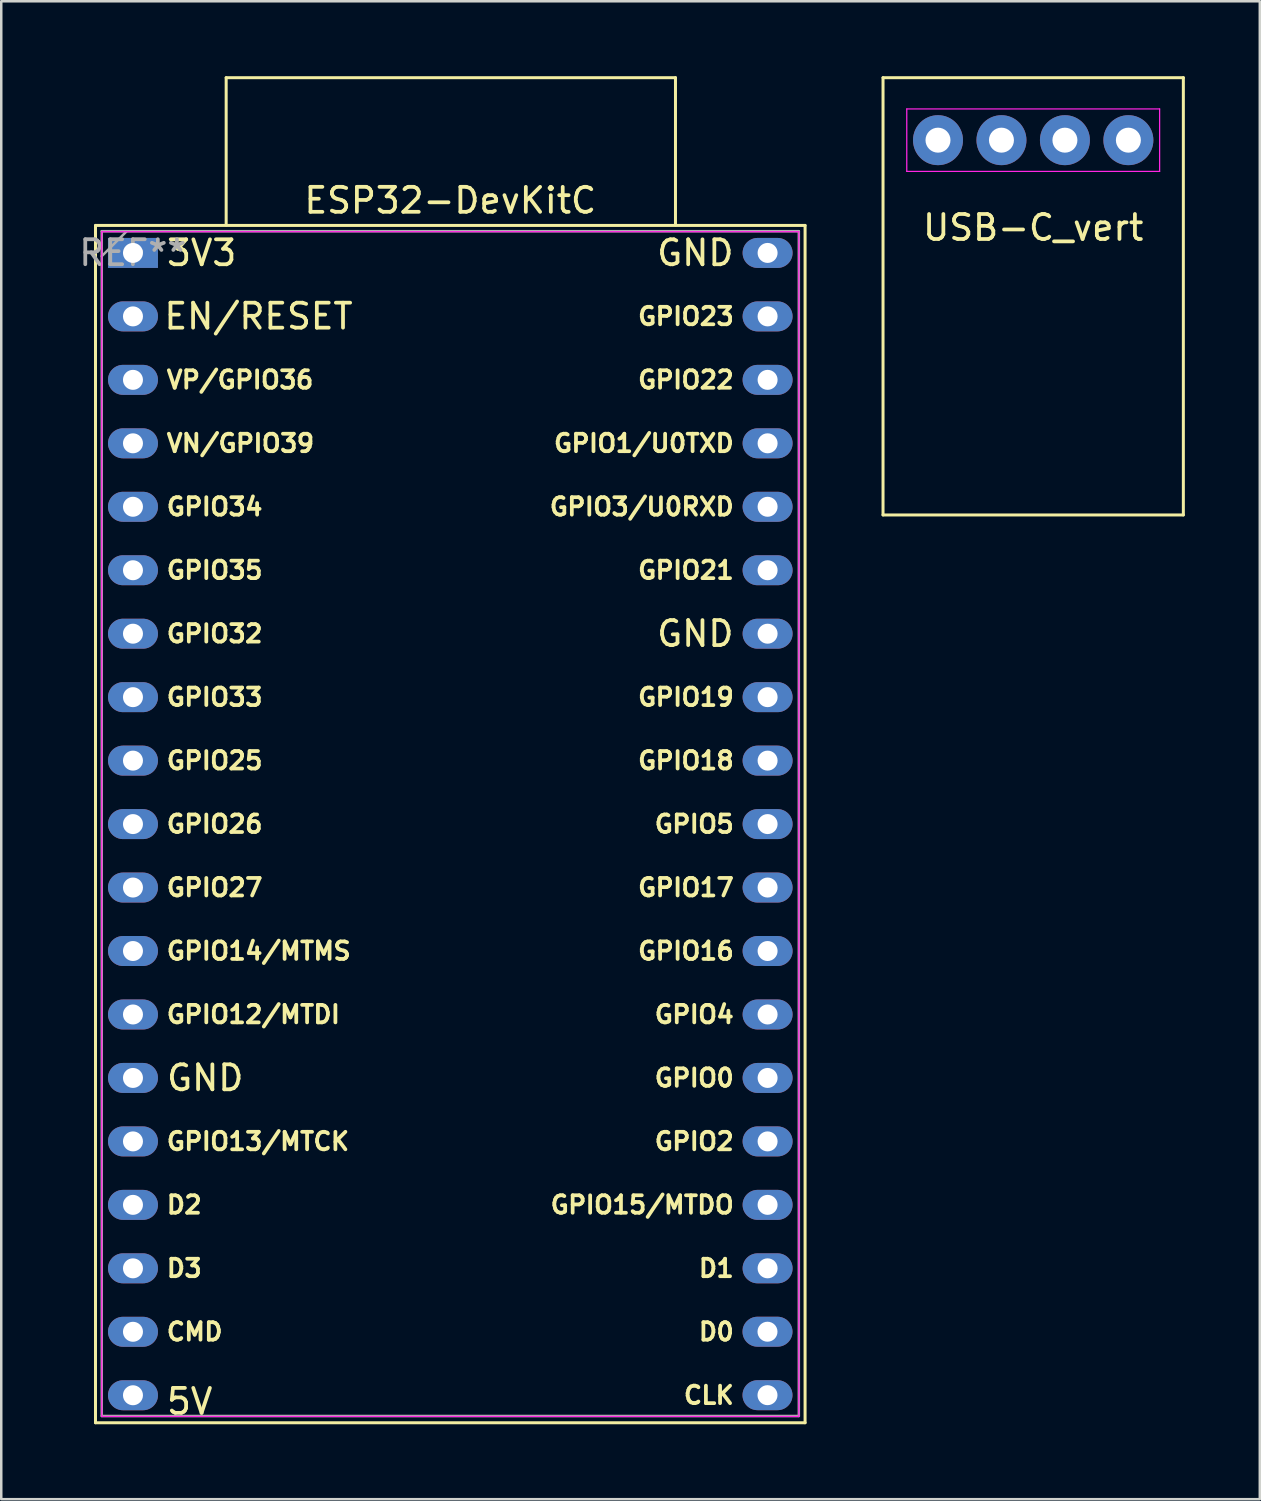
<source format=kicad_pcb>
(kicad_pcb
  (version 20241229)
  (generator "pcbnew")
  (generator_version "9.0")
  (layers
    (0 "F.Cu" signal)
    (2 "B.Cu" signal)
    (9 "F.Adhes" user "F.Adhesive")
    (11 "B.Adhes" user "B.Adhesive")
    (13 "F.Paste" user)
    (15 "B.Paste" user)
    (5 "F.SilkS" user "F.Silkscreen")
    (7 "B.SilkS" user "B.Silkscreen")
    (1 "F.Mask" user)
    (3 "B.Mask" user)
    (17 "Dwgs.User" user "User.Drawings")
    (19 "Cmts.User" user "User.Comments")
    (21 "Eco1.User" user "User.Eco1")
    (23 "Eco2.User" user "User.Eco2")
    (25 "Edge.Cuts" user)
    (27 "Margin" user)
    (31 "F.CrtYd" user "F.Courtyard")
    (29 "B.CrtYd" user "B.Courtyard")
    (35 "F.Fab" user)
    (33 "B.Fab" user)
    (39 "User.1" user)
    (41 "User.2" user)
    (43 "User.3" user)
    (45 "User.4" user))
  (footprint "USB-C_vert"
    (layer "F.Cu")
    (at 38.302 2.56)
    (property "Reference" "USB-C_vert" (at 0 3.5 0) (layer "F.SilkS") (effects (font (size 1 1) (thickness 0.15))))
    (attr through_hole)
    (fp_line (start -6.01 -2.5) (end -6.01 15) (stroke (width 0.12) (type default)) (layer "F.SilkS"))
    (fp_line (start -6.01 15) (end 6.01 15) (stroke (width 0.12) (type default)) (layer "F.SilkS"))
    (fp_line (start 6.01 -2.5) (end -6.01 -2.5) (stroke (width 0.12) (type default)) (layer "F.SilkS"))
    (fp_line (start 6.01 15) (end 6.01 -2.5) (stroke (width 0.12) (type default)) (layer "F.SilkS"))
    (fp_line (start -5.06 -1.25) (end 5.06 -1.25) (stroke (width 0.05) (type default)) (layer "F.CrtYd"))
    (fp_line (start -5.06 1.25) (end -5.06 -1.25) (stroke (width 0.05) (type default)) (layer "F.CrtYd"))
    (fp_line (start 5.06 -1.25) (end 5.06 1.25) (stroke (width 0.05) (type default)) (layer "F.CrtYd"))
    (fp_line (start 5.06 1.25) (end -5.06 1.25) (stroke (width 0.05) (type default)) (layer "F.CrtYd"))
    (pad "1" thru_hole circle (at -3.81 0) (size 2 2) (drill 1) (layers "*.Cu" "*.Mask"))
    (pad "2" thru_hole circle (at -1.27 0) (size 2 2) (drill 1) (layers "*.Cu" "*.Mask"))
    (pad "3" thru_hole circle (at 1.27 0) (size 2 2) (drill 1) (layers "*.Cu" "*.Mask"))
    (pad "4" thru_hole circle (at 3.81 0) (size 2 2) (drill 1) (layers "*.Cu" "*.Mask")))
  (footprint "ESP32-DevKitC"
    (layer "F.Cu")
    (at 2.272 7.073)
    (property "Reference" "ESP32-DevKitC" (at 12.7 -2.1 0) (layer "F.SilkS") (effects (font (size 1 1) (thickness 0.15))))
    (attr through_hole)
    (fp_line (start -1.5 46.82) (end 26.9 46.82) (stroke (width 0.12) (type solid)) (layer "F.SilkS"))
    (fp_line (start -1.5 -1.1) (end -1.5 46.82) (stroke (width 0.12) (type solid)) (layer "F.SilkS"))
    (fp_line (start 3.73 -7.013) (end 21.713 -7.013) (stroke (width 0.12) (type solid)) (layer "F.SilkS"))
    (fp_line (start 3.73 -1.12) (end 3.73 -7.013) (stroke (width 0.12) (type solid)) (layer "F.SilkS"))
    (fp_line (start 21.713 -7.013) (end 21.713 -1.12) (stroke (width 0.12) (type solid)) (layer "F.SilkS"))
    (fp_line (start 26.9 46.82) (end 26.9 -1.1) (stroke (width 0.12) (type solid)) (layer "F.SilkS"))
    (fp_line (start 26.9 -1.1) (end -1.5 -1.1) (stroke (width 0.12) (type solid)) (layer "F.SilkS"))
    (fp_line (start -1.25 -0.85) (end 26.65 -0.85) (stroke (width 0.05) (type solid)) (layer "F.CrtYd"))
    (fp_line (start -1.25 46.57) (end -1.25 -0.85) (stroke (width 0.05) (type solid)) (layer "F.CrtYd"))
    (fp_line (start 26.65 -0.85) (end 26.65 46.57) (stroke (width 0.05) (type solid)) (layer "F.CrtYd"))
    (fp_line (start 26.65 46.57) (end -1.25 46.57) (stroke (width 0.05) (type solid)) (layer "F.CrtYd"))
    (fp_line (start -1.25 -0.87) (end 26.65 -0.87) (stroke (width 0.1) (type solid)) (layer "F.Fab"))
    (fp_line (start -1.25 46.55) (end -1.25 -0.87) (stroke (width 0.1) (type solid)) (layer "F.Fab"))
    (fp_line (start -0.25 -0.87) (end -1.25 0.13) (stroke (width 0.1) (type solid)) (layer "F.Fab"))
    (fp_line (start 26.65 -0.87) (end 26.65 46.55) (stroke (width 0.1) (type solid)) (layer "F.Fab"))
    (fp_line (start 26.65 46.55) (end -1.25 46.55) (stroke (width 0.1) (type solid)) (layer "F.Fab"))
    (fp_text user "GPIO19" (at 24.13 17.78 0) (unlocked yes) (layer "F.SilkS") (effects (font (size 0.7 0.7) (thickness 0.15)) (justify right)))
    (fp_text user "D1" (at 24.13 40.64 0) (unlocked yes) (layer "F.SilkS") (effects (font (size 0.7 0.7) (thickness 0.15)) (justify right)))
    (fp_text user "GPIO3/U0RXD" (at 24.13 10.16 0) (unlocked yes) (layer "F.SilkS") (effects (font (size 0.7 0.7) (thickness 0.15)) (justify right)))
    (fp_text user "GPIO34" (at 1.27 10.16 0) (unlocked yes) (layer "F.SilkS") (effects (font (size 0.7 0.7) (thickness 0.15)) (justify left)))
    (fp_text user "GPIO5" (at 24.13 22.86 0) (unlocked yes) (layer "F.SilkS") (effects (font (size 0.7 0.7) (thickness 0.15)) (justify right)))
    (fp_text user "GND" (at 24.13 0 0) (unlocked yes) (layer "F.SilkS") (effects (font (size 1 1) (thickness 0.15)) (justify right)))
    (fp_text user "3V3" (at 1.27 0 0) (unlocked yes) (layer "F.SilkS") (effects (font (size 1 1) (thickness 0.15)) (justify left)))
    (fp_text user "EN/RESET" (at 8.886 2.537 0) (unlocked yes) (layer "F.SilkS") (effects (font (size 1 1) (thickness 0.15)) (justify right)))
    (fp_text user "GPIO0" (at 24.13 33.02 0) (unlocked yes) (layer "F.SilkS") (effects (font (size 0.7 0.7) (thickness 0.15)) (justify right)))
    (fp_text user "GPIO15/MTDO" (at 24.13 38.1 0) (unlocked yes) (layer "F.SilkS") (effects (font (size 0.7 0.7) (thickness 0.15)) (justify right)))
    (fp_text user "GPIO13/MTCK" (at 1.27 35.56 0) (unlocked yes) (layer "F.SilkS") (effects (font (size 0.7 0.7) (thickness 0.15)) (justify left)))
    (fp_text user "GPIO35" (at 1.27 12.7 0) (unlocked yes) (layer "F.SilkS") (effects (font (size 0.7 0.7) (thickness 0.15)) (justify left)))
    (fp_text user "D0" (at 24.13 43.18 0) (unlocked yes) (layer "F.SilkS") (effects (font (size 0.7 0.7) (thickness 0.15)) (justify right)))
    (fp_text user "D3" (at 1.27 40.64 0) (unlocked yes) (layer "F.SilkS") (effects (font (size 0.7 0.7) (thickness 0.15)) (justify left)))
    (fp_text user "GPIO33" (at 1.27 17.78 0) (unlocked yes) (layer "F.SilkS") (effects (font (size 0.7 0.7) (thickness 0.15)) (justify left)))
    (fp_text user "GPIO32" (at 1.27 15.24 0) (unlocked yes) (layer "F.SilkS") (effects (font (size 0.7 0.7) (thickness 0.15)) (justify left)))
    (fp_text user "GPIO2" (at 24.13 35.56 0) (unlocked yes) (layer "F.SilkS") (effects (font (size 0.7 0.7) (thickness 0.15)) (justify right)))
    (fp_text user "VP/GPIO36" (at 1.27 5.08 0) (unlocked yes) (layer "F.SilkS") (effects (font (size 0.7 0.7) (thickness 0.15)) (justify left)))
    (fp_text user "GPIO23" (at 24.13 2.54 0) (unlocked yes) (layer "F.SilkS") (effects (font (size 0.7 0.7) (thickness 0.15)) (justify right)))
    (fp_text user "GPIO27" (at 1.27 25.4 0) (unlocked yes) (layer "F.SilkS") (effects (font (size 0.7 0.7) (thickness 0.15)) (justify left)))
    (fp_text user "GND" (at 24.13 15.24 0) (unlocked yes) (layer "F.SilkS") (effects (font (size 1 1) (thickness 0.15)) (justify right)))
    (fp_text user "VN/GPIO39" (at 1.27 7.62 0) (unlocked yes) (layer "F.SilkS") (effects (font (size 0.7 0.7) (thickness 0.15)) (justify left)))
    (fp_text user "D2" (at 1.27 38.1 0) (unlocked yes) (layer "F.SilkS") (effects (font (size 0.7 0.7) (thickness 0.15)) (justify left)))
    (fp_text user "GPIO4" (at 24.13 30.48 0) (unlocked yes) (layer "F.SilkS") (effects (font (size 0.7 0.7) (thickness 0.15)) (justify right)))
    (fp_text user "GPIO21" (at 24.13 12.7 0) (unlocked yes) (layer "F.SilkS") (effects (font (size 0.7 0.7) (thickness 0.15)) (justify right)))
    (fp_text user "GPIO14/MTMS" (at 1.27 27.94 0) (unlocked yes) (layer "F.SilkS") (effects (font (size 0.7 0.7) (thickness 0.15)) (justify left)))
    (fp_text user "GPIO12/MTDI" (at 1.27 30.48 0) (unlocked yes) (layer "F.SilkS") (effects (font (size 0.7 0.7) (thickness 0.15)) (justify left)))
    (fp_text user "GPIO17" (at 24.13 25.4 0) (unlocked yes) (layer "F.SilkS") (effects (font (size 0.7 0.7) (thickness 0.15)) (justify right)))
    (fp_text user "GPIO26" (at 1.27 22.86 0) (unlocked yes) (layer "F.SilkS") (effects (font (size 0.7 0.7) (thickness 0.15)) (justify left)))
    (fp_text user "GPIO25" (at 1.27 20.32 0) (unlocked yes) (layer "F.SilkS") (effects (font (size 0.7 0.7) (thickness 0.15)) (justify left)))
    (fp_text user "GPIO18" (at 24.13 20.32 0) (unlocked yes) (layer "F.SilkS") (effects (font (size 0.7 0.7) (thickness 0.15)) (justify right)))
    (fp_text user "GPIO1/U0TXD" (at 24.13 7.62 0) (unlocked yes) (layer "F.SilkS") (effects (font (size 0.7 0.7) (thickness 0.15)) (justify right)))
    (fp_text user "CLK" (at 24.13 45.72 0) (unlocked yes) (layer "F.SilkS") (effects (font (size 0.7 0.7) (thickness 0.15)) (justify right)))
    (fp_text user "GPIO16" (at 24.13 27.94 0) (unlocked yes) (layer "F.SilkS") (effects (font (size 0.7 0.7) (thickness 0.15)) (justify right)))
    (fp_text user "5V" (at 1.266 45.971 0) (unlocked yes) (layer "F.SilkS") (effects (font (size 1 1) (thickness 0.15)) (justify left)))
    (fp_text user "CMD" (at 1.27 43.18 0) (unlocked yes) (layer "F.SilkS") (effects (font (size 0.7 0.7) (thickness 0.15)) (justify left)))
    (fp_text user "GND" (at 1.27 33.02 0) (unlocked yes) (layer "F.SilkS") (effects (font (size 1 1) (thickness 0.15)) (justify left)))
    (fp_text user "GPIO22" (at 24.13 5.08 0) (unlocked yes) (layer "F.SilkS") (effects (font (size 0.7 0.7) (thickness 0.15)) (justify right)))
    (fp_text user "REF**" (at -0.004 -0.003 0) (layer "F.Fab") (effects (font (size 1 1) (thickness 0.15))))
    (pad "1" thru_hole rect (at 0 0 270) (size 1.2 2) (drill 0.8) (layers "*.Cu" "*.Mask"))
    (pad "2" thru_hole oval (at 0 2.54 270) (size 1.2 2) (drill 0.8) (layers "*.Cu" "*.Mask"))
    (pad "3" thru_hole oval (at 0 5.08 270) (size 1.2 2) (drill 0.8) (layers "*.Cu" "*.Mask"))
    (pad "4" thru_hole oval (at 0 7.62 270) (size 1.2 2) (drill 0.8) (layers "*.Cu" "*.Mask"))
    (pad "5" thru_hole oval (at 0 10.16 270) (size 1.2 2) (drill 0.8) (layers "*.Cu" "*.Mask"))
    (pad "6" thru_hole oval (at 0 12.7 270) (size 1.2 2) (drill 0.8) (layers "*.Cu" "*.Mask"))
    (pad "7" thru_hole oval (at 0 15.24 270) (size 1.2 2) (drill 0.8) (layers "*.Cu" "*.Mask"))
    (pad "8" thru_hole oval (at 0 17.78 270) (size 1.2 2) (drill 0.8) (layers "*.Cu" "*.Mask"))
    (pad "9" thru_hole oval (at 0 20.32 270) (size 1.2 2) (drill 0.8) (layers "*.Cu" "*.Mask"))
    (pad "10" thru_hole oval (at 0 22.86 270) (size 1.2 2) (drill 0.8) (layers "*.Cu" "*.Mask"))
    (pad "11" thru_hole oval (at 0 25.4 270) (size 1.2 2) (drill 0.8) (layers "*.Cu" "*.Mask"))
    (pad "12" thru_hole oval (at 0 27.94 270) (size 1.2 2) (drill 0.8) (layers "*.Cu" "*.Mask"))
    (pad "13" thru_hole oval (at 0 30.48 270) (size 1.2 2) (drill 0.8) (layers "*.Cu" "*.Mask"))
    (pad "14" thru_hole oval (at 0 33.02 270) (size 1.2 2) (drill 0.8) (layers "*.Cu" "*.Mask"))
    (pad "15" thru_hole oval (at 0 35.56 270) (size 1.2 2) (drill 0.8) (layers "*.Cu" "*.Mask"))
    (pad "16" thru_hole oval (at 0 38.1 270) (size 1.2 2) (drill 0.8) (layers "*.Cu" "*.Mask"))
    (pad "17" thru_hole oval (at 0 40.64 270) (size 1.2 2) (drill 0.8) (layers "*.Cu" "*.Mask"))
    (pad "18" thru_hole oval (at 0 43.18 270) (size 1.2 2) (drill 0.8) (layers "*.Cu" "*.Mask"))
    (pad "19" thru_hole oval (at 0 45.72 270) (size 1.2 2) (drill 0.8) (layers "*.Cu" "*.Mask"))
    (pad "20" thru_hole oval (at 25.396 45.717 270) (size 1.2 2) (drill 0.8) (layers "*.Cu" "*.Mask"))
    (pad "21" thru_hole oval (at 25.396 43.177 270) (size 1.2 2) (drill 0.8) (layers "*.Cu" "*.Mask"))
    (pad "22" thru_hole oval (at 25.4 40.64 270) (size 1.2 2) (drill 0.8) (layers "*.Cu" "*.Mask"))
    (pad "23" thru_hole oval (at 25.4 38.1 270) (size 1.2 2) (drill 0.8) (layers "*.Cu" "*.Mask"))
    (pad "24" thru_hole oval (at 25.4 35.56 270) (size 1.2 2) (drill 0.8) (layers "*.Cu" "*.Mask"))
    (pad "25" thru_hole oval (at 25.4 33.02 270) (size 1.2 2) (drill 0.8) (layers "*.Cu" "*.Mask"))
    (pad "26" thru_hole oval (at 25.4 30.48 270) (size 1.2 2) (drill 0.8) (layers "*.Cu" "*.Mask"))
    (pad "27" thru_hole oval (at 25.4 27.94 270) (size 1.2 2) (drill 0.8) (layers "*.Cu" "*.Mask"))
    (pad "28" thru_hole oval (at 25.4 25.4 270) (size 1.2 2) (drill 0.8) (layers "*.Cu" "*.Mask"))
    (pad "29" thru_hole oval (at 25.4 22.86 270) (size 1.2 2) (drill 0.8) (layers "*.Cu" "*.Mask"))
    (pad "30" thru_hole oval (at 25.4 20.32 270) (size 1.2 2) (drill 0.8) (layers "*.Cu" "*.Mask"))
    (pad "31" thru_hole oval (at 25.4 17.78 270) (size 1.2 2) (drill 0.8) (layers "*.Cu" "*.Mask"))
    (pad "32" thru_hole oval (at 25.4 15.24 270) (size 1.2 2) (drill 0.8) (layers "*.Cu" "*.Mask"))
    (pad "33" thru_hole oval (at 25.4 12.7 270) (size 1.2 2) (drill 0.8) (layers "*.Cu" "*.Mask"))
    (pad "34" thru_hole oval (at 25.4 10.16 270) (size 1.2 2) (drill 0.8) (layers "*.Cu" "*.Mask"))
    (pad "35" thru_hole oval (at 25.4 7.62 270) (size 1.2 2) (drill 0.8) (layers "*.Cu" "*.Mask"))
    (pad "36" thru_hole oval (at 25.4 5.08 270) (size 1.2 2) (drill 0.8) (layers "*.Cu" "*.Mask"))
    (pad "37" thru_hole oval (at 25.4 2.54 270) (size 1.2 2) (drill 0.8) (layers "*.Cu" "*.Mask"))
    (pad "38" thru_hole oval (at 25.4 0 270) (size 1.2 2) (drill 0.8) (layers "*.Cu" "*.Mask")))
  (gr_rect
    (start -3 -3)
    (end 47.372 56.953)
    (stroke (width 0.1) (type default))
    (fill no)
    (layer "Edge.Cuts")))
</source>
